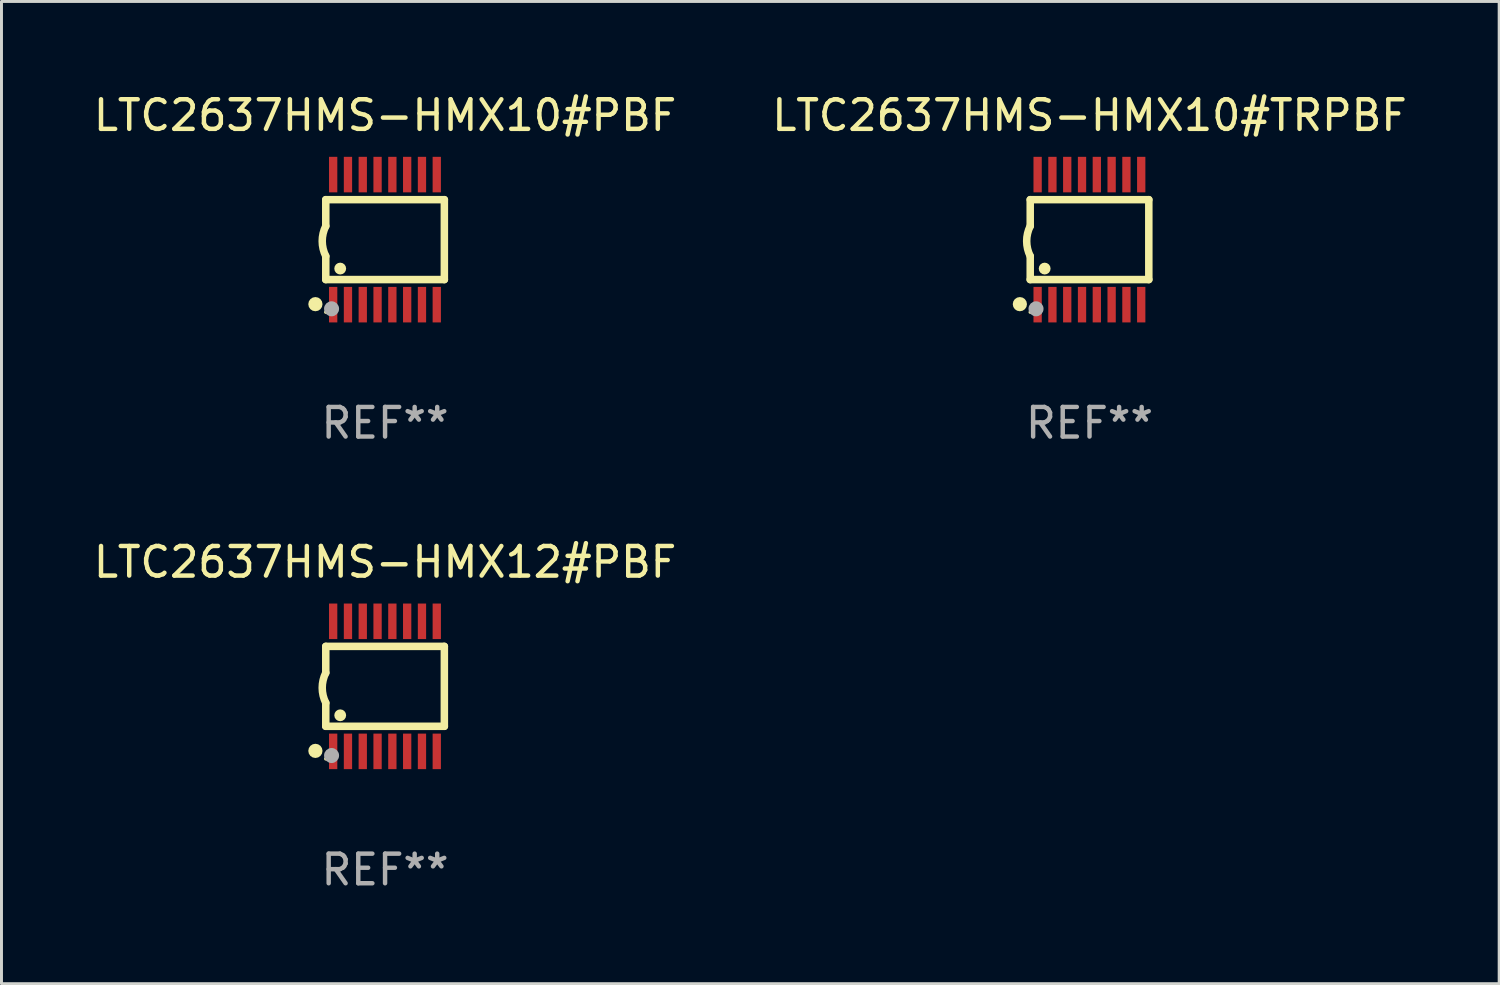
<source format=kicad_pcb>
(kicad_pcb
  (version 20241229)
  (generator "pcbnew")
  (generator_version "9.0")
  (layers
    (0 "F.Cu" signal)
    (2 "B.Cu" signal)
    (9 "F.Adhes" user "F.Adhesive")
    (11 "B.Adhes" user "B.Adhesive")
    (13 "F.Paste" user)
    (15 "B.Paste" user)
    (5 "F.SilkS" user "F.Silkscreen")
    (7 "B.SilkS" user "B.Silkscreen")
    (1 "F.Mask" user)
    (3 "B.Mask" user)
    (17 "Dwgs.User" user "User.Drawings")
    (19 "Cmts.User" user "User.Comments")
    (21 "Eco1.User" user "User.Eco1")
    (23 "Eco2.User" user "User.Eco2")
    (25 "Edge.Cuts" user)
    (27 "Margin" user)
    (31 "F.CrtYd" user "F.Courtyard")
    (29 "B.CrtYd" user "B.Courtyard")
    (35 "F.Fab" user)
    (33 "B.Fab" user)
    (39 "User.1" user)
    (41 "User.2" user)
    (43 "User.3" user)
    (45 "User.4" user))
  (footprint "LTC2637HMS-HMX12#PBF"
    (layer "F.Cu")
    (at 9.958 20.136)
    (property "Reference" "LTC2637HMS-HMX12#PBF" (at 0 -4.197 0) (layer "F.SilkS") (effects (font (size 1 1) (thickness 0.15))))
    (attr through_hole)
    (fp_line (start -2.003 -1.35) (end -2.003 -0.457) (stroke (width 0.254) (type solid)) (layer "F.SilkS"))
    (fp_line (start -2.003 -1.35) (end 2.003 -1.35) (stroke (width 0.254) (type solid)) (layer "F.SilkS"))
    (fp_line (start -2.003 1.35) (end -2.003 0.559) (stroke (width 0.254) (type solid)) (layer "F.SilkS"))
    (fp_line (start -2.003 1.35) (end 2.003 1.35) (stroke (width 0.254) (type solid)) (layer "F.SilkS"))
    (fp_line (start 2.003 -1.35) (end 2.003 1.35) (stroke (width 0.254) (type solid)) (layer "F.SilkS"))
    (fp_arc (start -2.002286 0.558802) (mid -2.122556 0.05092) (end -2.003302 -0.457201) (stroke (width 0.254001) (type solid)) (layer "F.SilkS"))
    (fp_circle (center -2.353 2.18) (end -2.233 2.18) (stroke (width 0.24) (type solid)) (fill no) (layer "F.SilkS"))
    (fp_circle (center -2.003 2.45) (end -1.973 2.45) (stroke (width 0.06) (type solid)) (fill no) (layer "F.SilkS"))
    (fp_circle (center -1.515 0.978) (end -1.415 0.978) (stroke (width 0.2) (type solid)) (fill no) (layer "F.SilkS"))
    (fp_circle (center -1.807 2.337) (end -1.68 2.337) (stroke (width 0.254) (type solid)) (fill no) (layer "F.Fab"))
    (fp_text user "REF**" (at 0 6.197 0) (layer "F.Fab") (effects (font (size 1 1) (thickness 0.15))))
    (pad "1" smd rect (at -1.753 2.197 90) (size 1.2 0.28) (layers "F.Cu" "F.Mask" "F.Paste"))
    (pad "2" smd rect (at -1.253 2.197 90) (size 1.2 0.28) (layers "F.Cu" "F.Mask" "F.Paste"))
    (pad "3" smd rect (at -0.753 2.197 90) (size 1.2 0.28) (layers "F.Cu" "F.Mask" "F.Paste"))
    (pad "4" smd rect (at -0.253 2.197 90) (size 1.2 0.28) (layers "F.Cu" "F.Mask" "F.Paste"))
    (pad "5" smd rect (at 0.247 2.197 90) (size 1.2 0.28) (layers "F.Cu" "F.Mask" "F.Paste"))
    (pad "6" smd rect (at 0.747 2.197 90) (size 1.2 0.28) (layers "F.Cu" "F.Mask" "F.Paste"))
    (pad "7" smd rect (at 1.247 2.197 90) (size 1.2 0.28) (layers "F.Cu" "F.Mask" "F.Paste"))
    (pad "8" smd rect (at 1.747 2.197 90) (size 1.2 0.28) (layers "F.Cu" "F.Mask" "F.Paste"))
    (pad "9" smd rect (at 1.747 -2.197 90) (size 1.2 0.28) (layers "F.Cu" "F.Mask" "F.Paste"))
    (pad "10" smd rect (at 1.247 -2.197 90) (size 1.2 0.28) (layers "F.Cu" "F.Mask" "F.Paste"))
    (pad "11" smd rect (at 0.747 -2.197 90) (size 1.2 0.28) (layers "F.Cu" "F.Mask" "F.Paste"))
    (pad "12" smd rect (at 0.247 -2.197 90) (size 1.2 0.28) (layers "F.Cu" "F.Mask" "F.Paste"))
    (pad "13" smd rect (at -0.253 -2.197 90) (size 1.2 0.28) (layers "F.Cu" "F.Mask" "F.Paste"))
    (pad "14" smd rect (at -0.753 -2.197 90) (size 1.2 0.28) (layers "F.Cu" "F.Mask" "F.Paste"))
    (pad "15" smd rect (at -1.253 -2.197 90) (size 1.2 0.28) (layers "F.Cu" "F.Mask" "F.Paste"))
    (pad "16" smd rect (at -1.753 -2.197 90) (size 1.2 0.28) (layers "F.Cu" "F.Mask" "F.Paste")))
  (footprint "LTC2637HMS-HMX10#TRPBF"
    (layer "F.Cu")
    (at 33.756 5.045)
    (property "Reference" "LTC2637HMS-HMX10#TRPBF" (at 0 -4.197 0) (layer "F.SilkS") (effects (font (size 1 1) (thickness 0.15))))
    (attr through_hole)
    (fp_line (start -2.003 -1.35) (end -2.003 -0.457) (stroke (width 0.254) (type solid)) (layer "F.SilkS"))
    (fp_line (start -2.003 -1.35) (end 2.003 -1.35) (stroke (width 0.254) (type solid)) (layer "F.SilkS"))
    (fp_line (start -2.003 1.35) (end -2.003 0.559) (stroke (width 0.254) (type solid)) (layer "F.SilkS"))
    (fp_line (start -2.003 1.35) (end 2.003 1.35) (stroke (width 0.254) (type solid)) (layer "F.SilkS"))
    (fp_line (start 2.003 -1.35) (end 2.003 1.35) (stroke (width 0.254) (type solid)) (layer "F.SilkS"))
    (fp_arc (start -2.002286 0.558802) (mid -2.122556 0.05092) (end -2.003302 -0.457201) (stroke (width 0.254001) (type solid)) (layer "F.SilkS"))
    (fp_circle (center -2.353 2.18) (end -2.233 2.18) (stroke (width 0.24) (type solid)) (fill no) (layer "F.SilkS"))
    (fp_circle (center -2.003 2.45) (end -1.973 2.45) (stroke (width 0.06) (type solid)) (fill no) (layer "F.SilkS"))
    (fp_circle (center -1.515 0.978) (end -1.415 0.978) (stroke (width 0.2) (type solid)) (fill no) (layer "F.SilkS"))
    (fp_circle (center -1.807 2.337) (end -1.68 2.337) (stroke (width 0.254) (type solid)) (fill no) (layer "F.Fab"))
    (fp_text user "REF**" (at 0 6.197 0) (layer "F.Fab") (effects (font (size 1 1) (thickness 0.15))))
    (pad "1" smd rect (at -1.753 2.197 90) (size 1.2 0.28) (layers "F.Cu" "F.Mask" "F.Paste"))
    (pad "2" smd rect (at -1.253 2.197 90) (size 1.2 0.28) (layers "F.Cu" "F.Mask" "F.Paste"))
    (pad "3" smd rect (at -0.753 2.197 90) (size 1.2 0.28) (layers "F.Cu" "F.Mask" "F.Paste"))
    (pad "4" smd rect (at -0.253 2.197 90) (size 1.2 0.28) (layers "F.Cu" "F.Mask" "F.Paste"))
    (pad "5" smd rect (at 0.247 2.197 90) (size 1.2 0.28) (layers "F.Cu" "F.Mask" "F.Paste"))
    (pad "6" smd rect (at 0.747 2.197 90) (size 1.2 0.28) (layers "F.Cu" "F.Mask" "F.Paste"))
    (pad "7" smd rect (at 1.247 2.197 90) (size 1.2 0.28) (layers "F.Cu" "F.Mask" "F.Paste"))
    (pad "8" smd rect (at 1.747 2.197 90) (size 1.2 0.28) (layers "F.Cu" "F.Mask" "F.Paste"))
    (pad "9" smd rect (at 1.747 -2.197 90) (size 1.2 0.28) (layers "F.Cu" "F.Mask" "F.Paste"))
    (pad "10" smd rect (at 1.247 -2.197 90) (size 1.2 0.28) (layers "F.Cu" "F.Mask" "F.Paste"))
    (pad "11" smd rect (at 0.747 -2.197 90) (size 1.2 0.28) (layers "F.Cu" "F.Mask" "F.Paste"))
    (pad "12" smd rect (at 0.247 -2.197 90) (size 1.2 0.28) (layers "F.Cu" "F.Mask" "F.Paste"))
    (pad "13" smd rect (at -0.253 -2.197 90) (size 1.2 0.28) (layers "F.Cu" "F.Mask" "F.Paste"))
    (pad "14" smd rect (at -0.753 -2.197 90) (size 1.2 0.28) (layers "F.Cu" "F.Mask" "F.Paste"))
    (pad "15" smd rect (at -1.253 -2.197 90) (size 1.2 0.28) (layers "F.Cu" "F.Mask" "F.Paste"))
    (pad "16" smd rect (at -1.753 -2.197 90) (size 1.2 0.28) (layers "F.Cu" "F.Mask" "F.Paste")))
  (footprint "LTC2637HMS-HMX10#PBF"
    (layer "F.Cu")
    (at 9.958 5.045)
    (property "Reference" "LTC2637HMS-HMX10#PBF" (at 0 -4.197 0) (layer "F.SilkS") (effects (font (size 1 1) (thickness 0.15))))
    (attr through_hole)
    (fp_line (start -2.003 -1.35) (end -2.003 -0.457) (stroke (width 0.254) (type solid)) (layer "F.SilkS"))
    (fp_line (start -2.003 -1.35) (end 2.003 -1.35) (stroke (width 0.254) (type solid)) (layer "F.SilkS"))
    (fp_line (start -2.003 1.35) (end -2.003 0.559) (stroke (width 0.254) (type solid)) (layer "F.SilkS"))
    (fp_line (start -2.003 1.35) (end 2.003 1.35) (stroke (width 0.254) (type solid)) (layer "F.SilkS"))
    (fp_line (start 2.003 -1.35) (end 2.003 1.35) (stroke (width 0.254) (type solid)) (layer "F.SilkS"))
    (fp_arc (start -2.002286 0.558802) (mid -2.122556 0.05092) (end -2.003302 -0.457201) (stroke (width 0.254001) (type solid)) (layer "F.SilkS"))
    (fp_circle (center -2.353 2.18) (end -2.233 2.18) (stroke (width 0.24) (type solid)) (fill no) (layer "F.SilkS"))
    (fp_circle (center -2.003 2.45) (end -1.973 2.45) (stroke (width 0.06) (type solid)) (fill no) (layer "F.SilkS"))
    (fp_circle (center -1.515 0.978) (end -1.415 0.978) (stroke (width 0.2) (type solid)) (fill no) (layer "F.SilkS"))
    (fp_circle (center -1.807 2.337) (end -1.68 2.337) (stroke (width 0.254) (type solid)) (fill no) (layer "F.Fab"))
    (fp_text user "REF**" (at 0 6.197 0) (layer "F.Fab") (effects (font (size 1 1) (thickness 0.15))))
    (pad "1" smd rect (at -1.753 2.197 90) (size 1.2 0.28) (layers "F.Cu" "F.Mask" "F.Paste"))
    (pad "2" smd rect (at -1.253 2.197 90) (size 1.2 0.28) (layers "F.Cu" "F.Mask" "F.Paste"))
    (pad "3" smd rect (at -0.753 2.197 90) (size 1.2 0.28) (layers "F.Cu" "F.Mask" "F.Paste"))
    (pad "4" smd rect (at -0.253 2.197 90) (size 1.2 0.28) (layers "F.Cu" "F.Mask" "F.Paste"))
    (pad "5" smd rect (at 0.247 2.197 90) (size 1.2 0.28) (layers "F.Cu" "F.Mask" "F.Paste"))
    (pad "6" smd rect (at 0.747 2.197 90) (size 1.2 0.28) (layers "F.Cu" "F.Mask" "F.Paste"))
    (pad "7" smd rect (at 1.247 2.197 90) (size 1.2 0.28) (layers "F.Cu" "F.Mask" "F.Paste"))
    (pad "8" smd rect (at 1.747 2.197 90) (size 1.2 0.28) (layers "F.Cu" "F.Mask" "F.Paste"))
    (pad "9" smd rect (at 1.747 -2.197 90) (size 1.2 0.28) (layers "F.Cu" "F.Mask" "F.Paste"))
    (pad "10" smd rect (at 1.247 -2.197 90) (size 1.2 0.28) (layers "F.Cu" "F.Mask" "F.Paste"))
    (pad "11" smd rect (at 0.747 -2.197 90) (size 1.2 0.28) (layers "F.Cu" "F.Mask" "F.Paste"))
    (pad "12" smd rect (at 0.247 -2.197 90) (size 1.2 0.28) (layers "F.Cu" "F.Mask" "F.Paste"))
    (pad "13" smd rect (at -0.253 -2.197 90) (size 1.2 0.28) (layers "F.Cu" "F.Mask" "F.Paste"))
    (pad "14" smd rect (at -0.753 -2.197 90) (size 1.2 0.28) (layers "F.Cu" "F.Mask" "F.Paste"))
    (pad "15" smd rect (at -1.253 -2.197 90) (size 1.2 0.28) (layers "F.Cu" "F.Mask" "F.Paste"))
    (pad "16" smd rect (at -1.753 -2.197 90) (size 1.2 0.28) (layers "F.Cu" "F.Mask" "F.Paste")))
  (gr_rect
    (start -3 -3)
    (end 47.595 30.181)
    (stroke (width 0.1) (type default))
    (fill no)
    (layer "Edge.Cuts")))
</source>
